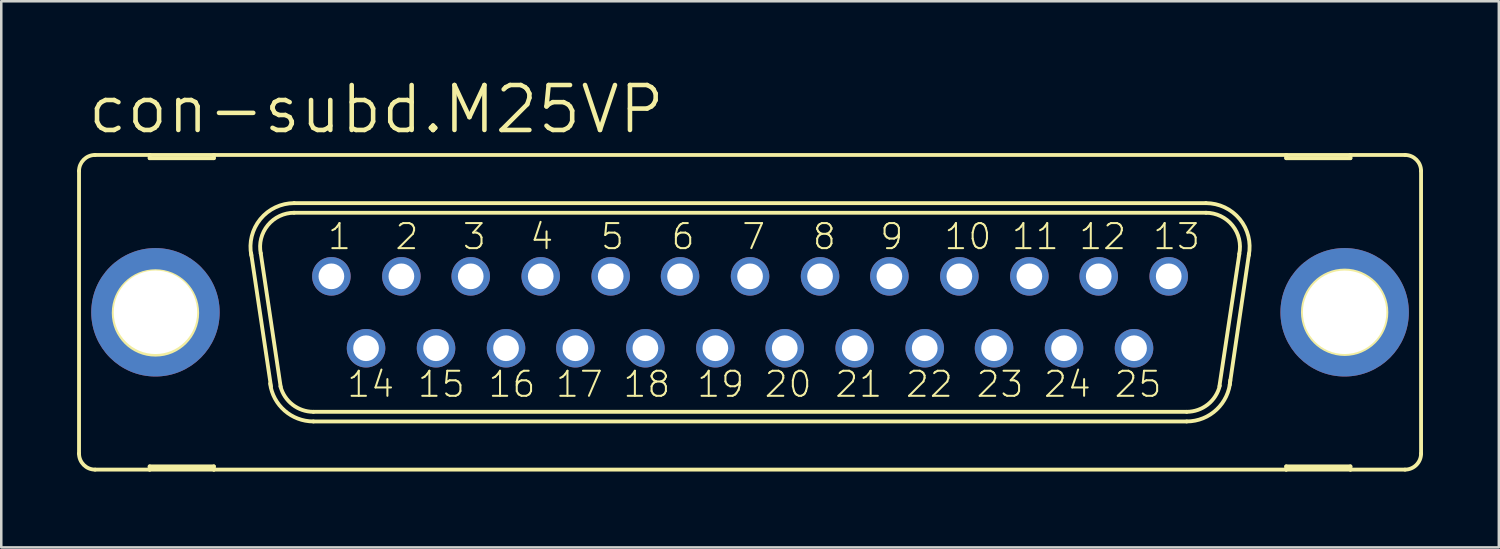
<source format=kicad_pcb>
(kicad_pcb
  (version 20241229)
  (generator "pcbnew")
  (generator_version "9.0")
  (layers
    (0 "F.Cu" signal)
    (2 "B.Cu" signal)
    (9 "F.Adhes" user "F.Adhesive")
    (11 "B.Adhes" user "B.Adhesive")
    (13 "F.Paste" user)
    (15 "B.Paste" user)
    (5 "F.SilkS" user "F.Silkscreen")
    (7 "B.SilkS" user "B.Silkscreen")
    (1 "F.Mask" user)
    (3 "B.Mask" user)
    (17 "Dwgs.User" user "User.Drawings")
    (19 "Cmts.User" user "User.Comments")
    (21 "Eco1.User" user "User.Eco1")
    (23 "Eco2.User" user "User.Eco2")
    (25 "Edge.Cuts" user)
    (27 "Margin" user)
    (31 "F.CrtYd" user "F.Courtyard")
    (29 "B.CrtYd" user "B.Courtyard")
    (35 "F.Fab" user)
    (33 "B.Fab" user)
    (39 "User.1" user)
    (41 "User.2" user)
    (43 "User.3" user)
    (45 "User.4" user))
  (footprint "con-subd.M25VP"
    (layer "F.Cu")
    (at 26.619 9.303)
    (property "Reference" "con-subd.M25VP" (at -26.289 -6.985 0) (layer "F.SilkS") (effects (font (size 1.778 1.778) (thickness 0.18)) (justify left bottom)))
    (attr through_hole)
    (fp_line (start -26.543 -5.588) (end -26.543 5.588) (stroke (width 0.152) (type default)) (layer "F.SilkS"))
    (fp_line (start -25.908 6.223) (end -23.749 6.223) (stroke (width 0.152) (type default)) (layer "F.SilkS"))
    (fp_line (start -23.749 -6.223) (end -25.908 -6.223) (stroke (width 0.152) (type default)) (layer "F.SilkS"))
    (fp_line (start -23.749 -6.223) (end -23.749 -6.096) (stroke (width 0.152) (type default)) (layer "F.SilkS"))
    (fp_line (start -23.749 -6.096) (end -21.209 -6.096) (stroke (width 0.152) (type default)) (layer "F.SilkS"))
    (fp_line (start -23.749 6.096) (end -21.209 6.096) (stroke (width 0.152) (type default)) (layer "F.SilkS"))
    (fp_line (start -23.749 6.223) (end -23.749 6.096) (stroke (width 0.152) (type default)) (layer "F.SilkS"))
    (fp_line (start -23.749 6.223) (end -21.209 6.223) (stroke (width 0.152) (type default)) (layer "F.SilkS"))
    (fp_line (start -21.209 -6.223) (end -23.749 -6.223) (stroke (width 0.152) (type default)) (layer "F.SilkS"))
    (fp_line (start -21.209 -6.096) (end -21.209 -6.223) (stroke (width 0.152) (type default)) (layer "F.SilkS"))
    (fp_line (start -21.209 6.096) (end -21.209 6.223) (stroke (width 0.152) (type default)) (layer "F.SilkS"))
    (fp_line (start -21.209 6.223) (end 21.209 6.223) (stroke (width 0.152) (type default)) (layer "F.SilkS"))
    (fp_line (start -18.948 2.946) (end -19.736 -2.337) (stroke (width 0.152) (type default)) (layer "F.SilkS"))
    (fp_line (start -18.567 2.946) (end -19.355 -2.337) (stroke (width 0.152) (type default)) (layer "F.SilkS"))
    (fp_line (start -18.034 -4.318) (end 18.034 -4.318) (stroke (width 0.152) (type default)) (layer "F.SilkS"))
    (fp_line (start -18.034 -3.937) (end 18.034 -3.937) (stroke (width 0.152) (type default)) (layer "F.SilkS"))
    (fp_line (start -17.272 3.937) (end 17.272 3.937) (stroke (width 0.152) (type default)) (layer "F.SilkS"))
    (fp_line (start -17.272 4.318) (end 17.272 4.318) (stroke (width 0.152) (type default)) (layer "F.SilkS"))
    (fp_line (start 19.355 -2.311) (end 18.567 2.921) (stroke (width 0.152) (type default)) (layer "F.SilkS"))
    (fp_line (start 19.736 -2.311) (end 18.974 2.87) (stroke (width 0.152) (type default)) (layer "F.SilkS"))
    (fp_line (start 21.209 -6.223) (end -21.209 -6.223) (stroke (width 0.152) (type default)) (layer "F.SilkS"))
    (fp_line (start 21.209 -6.223) (end 21.209 -6.096) (stroke (width 0.152) (type default)) (layer "F.SilkS"))
    (fp_line (start 21.209 -6.096) (end 23.749 -6.096) (stroke (width 0.152) (type default)) (layer "F.SilkS"))
    (fp_line (start 21.209 6.096) (end 23.749 6.096) (stroke (width 0.152) (type default)) (layer "F.SilkS"))
    (fp_line (start 21.209 6.223) (end 21.209 6.096) (stroke (width 0.152) (type default)) (layer "F.SilkS"))
    (fp_line (start 21.209 6.223) (end 23.749 6.223) (stroke (width 0.152) (type default)) (layer "F.SilkS"))
    (fp_line (start 23.749 -6.223) (end 21.209 -6.223) (stroke (width 0.152) (type default)) (layer "F.SilkS"))
    (fp_line (start 23.749 -6.096) (end 23.749 -6.223) (stroke (width 0.152) (type default)) (layer "F.SilkS"))
    (fp_line (start 23.749 6.096) (end 23.749 6.223) (stroke (width 0.152) (type default)) (layer "F.SilkS"))
    (fp_line (start 23.749 6.223) (end 25.908 6.223) (stroke (width 0.152) (type default)) (layer "F.SilkS"))
    (fp_line (start 25.908 -6.223) (end 23.749 -6.223) (stroke (width 0.152) (type default)) (layer "F.SilkS"))
    (fp_line (start 26.543 -5.588) (end 26.543 5.588) (stroke (width 0.152) (type default)) (layer "F.SilkS"))
    (fp_arc (start -26.543 -5.588) (mid -26.357013 -6.037013) (end -25.908 -6.223) (stroke (width 0.1524) (type default)) (layer "F.SilkS"))
    (fp_arc (start -25.908 6.223) (mid -26.357013 6.037013) (end -26.543 5.588) (stroke (width 0.1524) (type default)) (layer "F.SilkS"))
    (fp_arc (start -19.7277 -2.2521) (mid -19.369717 -3.685841) (end -18.034 -4.318) (stroke (width 0.1524) (type default)) (layer "F.SilkS"))
    (fp_arc (start -19.3541 -2.3268) (mid -19.075082 -3.444284) (end -18.034 -3.937) (stroke (width 0.1524) (type default)) (layer "F.SilkS"))
    (fp_arc (start -17.272 3.937) (mid -18.0955 3.655746) (end -18.5749 2.9295) (stroke (width 0.1524) (type default)) (layer "F.SilkS"))
    (fp_arc (start -17.272 4.318) (mid -18.409711 3.890312) (end -18.984 2.8191) (stroke (width 0.1524) (type default)) (layer "F.SilkS"))
    (fp_arc (start 18.034 -4.318) (mid 19.369812 -3.685867) (end 19.728 -2.2521) (stroke (width 0.1524) (type default)) (layer "F.SilkS"))
    (fp_arc (start 18.034 -3.937) (mid 19.082556 -3.435184) (end 19.3495 -2.3038) (stroke (width 0.1524) (type default)) (layer "F.SilkS"))
    (fp_arc (start 18.5807 2.905) (mid 18.105256 3.647874) (end 17.272 3.937) (stroke (width 0.1524) (type default)) (layer "F.SilkS"))
    (fp_arc (start 18.9963 2.6849) (mid 18.459366 3.844828) (end 17.272 4.318) (stroke (width 0.1524) (type default)) (layer "F.SilkS"))
    (fp_arc (start 25.908 -6.223) (mid 26.357013 -6.037013) (end 26.543 -5.588) (stroke (width 0.1524) (type default)) (layer "F.SilkS"))
    (fp_arc (start 26.543 5.588) (mid 26.357013 6.037013) (end 25.908 6.223) (stroke (width 0.1524) (type default)) (layer "F.SilkS"))
    (fp_circle (center -23.52 0.025) (end -21.869 0.025) (stroke (width 0.152) (type default)) (fill no) (layer "F.SilkS"))
    (fp_circle (center 23.52 0) (end 25.171 0) (stroke (width 0.152) (type default)) (fill no) (layer "F.SilkS"))
    (fp_circle (center -16.561 -1.422) (end -16.307 -1.422) (stroke (width 0.406) (type default)) (fill no) (layer "F.Fab"))
    (fp_circle (center -15.189 1.422) (end -14.935 1.422) (stroke (width 0.406) (type default)) (fill no) (layer "F.Fab"))
    (fp_circle (center -13.792 -1.422) (end -13.538 -1.422) (stroke (width 0.406) (type default)) (fill no) (layer "F.Fab"))
    (fp_circle (center -12.421 1.422) (end -12.167 1.422) (stroke (width 0.406) (type default)) (fill no) (layer "F.Fab"))
    (fp_circle (center -11.049 -1.422) (end -10.795 -1.422) (stroke (width 0.406) (type default)) (fill no) (layer "F.Fab"))
    (fp_circle (center -9.652 1.422) (end -9.398 1.422) (stroke (width 0.406) (type default)) (fill no) (layer "F.Fab"))
    (fp_circle (center -8.28 -1.422) (end -8.026 -1.422) (stroke (width 0.406) (type default)) (fill no) (layer "F.Fab"))
    (fp_circle (center -6.909 1.422) (end -6.655 1.422) (stroke (width 0.406) (type default)) (fill no) (layer "F.Fab"))
    (fp_circle (center -5.512 -1.422) (end -5.258 -1.422) (stroke (width 0.406) (type default)) (fill no) (layer "F.Fab"))
    (fp_circle (center -4.14 1.422) (end -3.886 1.422) (stroke (width 0.406) (type default)) (fill no) (layer "F.Fab"))
    (fp_circle (center -2.769 -1.422) (end -2.515 -1.422) (stroke (width 0.406) (type default)) (fill no) (layer "F.Fab"))
    (fp_circle (center -1.372 1.422) (end -1.118 1.422) (stroke (width 0.406) (type default)) (fill no) (layer "F.Fab"))
    (fp_circle (center 0 -1.422) (end 0.254 -1.422) (stroke (width 0.406) (type default)) (fill no) (layer "F.Fab"))
    (fp_circle (center 1.372 1.422) (end 1.626 1.422) (stroke (width 0.406) (type default)) (fill no) (layer "F.Fab"))
    (fp_circle (center 2.769 -1.422) (end 3.023 -1.422) (stroke (width 0.406) (type default)) (fill no) (layer "F.Fab"))
    (fp_circle (center 4.14 1.422) (end 4.394 1.422) (stroke (width 0.406) (type default)) (fill no) (layer "F.Fab"))
    (fp_circle (center 5.512 -1.422) (end 5.766 -1.422) (stroke (width 0.406) (type default)) (fill no) (layer "F.Fab"))
    (fp_circle (center 6.909 1.422) (end 7.163 1.422) (stroke (width 0.406) (type default)) (fill no) (layer "F.Fab"))
    (fp_circle (center 8.28 -1.422) (end 8.534 -1.422) (stroke (width 0.406) (type default)) (fill no) (layer "F.Fab"))
    (fp_circle (center 9.652 1.422) (end 9.906 1.422) (stroke (width 0.406) (type default)) (fill no) (layer "F.Fab"))
    (fp_circle (center 11.049 -1.422) (end 11.303 -1.422) (stroke (width 0.406) (type default)) (fill no) (layer "F.Fab"))
    (fp_circle (center 12.421 1.422) (end 12.675 1.422) (stroke (width 0.406) (type default)) (fill no) (layer "F.Fab"))
    (fp_circle (center 13.792 -1.422) (end 14.046 -1.422) (stroke (width 0.406) (type default)) (fill no) (layer "F.Fab"))
    (fp_circle (center 15.189 1.422) (end 15.443 1.422) (stroke (width 0.406) (type default)) (fill no) (layer "F.Fab"))
    (fp_circle (center 16.561 -1.422) (end 16.815 -1.422) (stroke (width 0.406) (type default)) (fill no) (layer "F.Fab"))
    (fp_text user "23" (at 8.89 3.429 0) (layer "F.SilkS") (effects (font (size 0.991 0.991) (thickness 0.08)) (justify left bottom)))
    (fp_text user "19" (at -2.159 3.429 0) (layer "F.SilkS") (effects (font (size 0.991 0.991) (thickness 0.08)) (justify left bottom)))
    (fp_text user "5" (at -5.969 -2.413 0) (layer "F.SilkS") (effects (font (size 0.991 0.991) (thickness 0.08)) (justify left bottom)))
    (fp_text user "3" (at -11.43 -2.413 0) (layer "F.SilkS") (effects (font (size 0.991 0.991) (thickness 0.08)) (justify left bottom)))
    (fp_text user "6" (at -3.175 -2.413 0) (layer "F.SilkS") (effects (font (size 0.991 0.991) (thickness 0.08)) (justify left bottom)))
    (fp_text user "14" (at -16.002 3.429 0) (layer "F.SilkS") (effects (font (size 0.991 0.991) (thickness 0.08)) (justify left bottom)))
    (fp_text user "1" (at -16.764 -2.413 0) (layer "F.SilkS") (effects (font (size 0.991 0.991) (thickness 0.08)) (justify left bottom)))
    (fp_text user "25" (at 14.351 3.429 0) (layer "F.SilkS") (effects (font (size 0.991 0.991) (thickness 0.08)) (justify left bottom)))
    (fp_text user "17" (at -7.747 3.429 0) (layer "F.SilkS") (effects (font (size 0.991 0.991) (thickness 0.08)) (justify left bottom)))
    (fp_text user "4" (at -8.763 -2.413 0) (layer "F.SilkS") (effects (font (size 0.991 0.991) (thickness 0.08)) (justify left bottom)))
    (fp_text user "18" (at -5.08 3.429 0) (layer "F.SilkS") (effects (font (size 0.991 0.991) (thickness 0.08)) (justify left bottom)))
    (fp_text user "8" (at 2.413 -2.413 0) (layer "F.SilkS") (effects (font (size 0.991 0.991) (thickness 0.08)) (justify left bottom)))
    (fp_text user "12" (at 12.954 -2.413 0) (layer "F.SilkS") (effects (font (size 0.991 0.991) (thickness 0.08)) (justify left bottom)))
    (fp_text user "2" (at -14.097 -2.413 0) (layer "F.SilkS") (effects (font (size 0.991 0.991) (thickness 0.08)) (justify left bottom)))
    (fp_text user "10" (at 7.62 -2.413 0) (layer "F.SilkS") (effects (font (size 0.991 0.991) (thickness 0.08)) (justify left bottom)))
    (fp_text user "24" (at 11.557 3.429 0) (layer "F.SilkS") (effects (font (size 0.991 0.991) (thickness 0.08)) (justify left bottom)))
    (fp_text user "9" (at 5.08 -2.413 0) (layer "F.SilkS") (effects (font (size 0.991 0.991) (thickness 0.08)) (justify left bottom)))
    (fp_text user "15" (at -13.208 3.429 0) (layer "F.SilkS") (effects (font (size 0.991 0.991) (thickness 0.08)) (justify left bottom)))
    (fp_text user "16" (at -10.414 3.429 0) (layer "F.SilkS") (effects (font (size 0.991 0.991) (thickness 0.08)) (justify left bottom)))
    (fp_text user "21" (at 3.302 3.429 0) (layer "F.SilkS") (effects (font (size 0.991 0.991) (thickness 0.08)) (justify left bottom)))
    (fp_text user "20" (at 0.508 3.429 0) (layer "F.SilkS") (effects (font (size 0.991 0.991) (thickness 0.08)) (justify left bottom)))
    (fp_text user "13" (at 15.875 -2.413 0) (layer "F.SilkS") (effects (font (size 0.991 0.991) (thickness 0.08)) (justify left bottom)))
    (fp_text user "22" (at 6.096 3.429 0) (layer "F.SilkS") (effects (font (size 0.991 0.991) (thickness 0.08)) (justify left bottom)))
    (fp_text user "11" (at 10.287 -2.413 0) (layer "F.SilkS") (effects (font (size 0.991 0.991) (thickness 0.08)) (justify left bottom)))
    (fp_text user "7" (at -0.381 -2.413 0) (layer "F.SilkS") (effects (font (size 0.991 0.991) (thickness 0.08)) (justify left bottom)))
    (pad "1" thru_hole circle (at -16.561 -1.422) (size 1.524 1.524) (drill 1.016) (layers "*.Cu" "*.Mask"))
    (pad "2" thru_hole circle (at -13.792 -1.422) (size 1.524 1.524) (drill 1.016) (layers "*.Cu" "*.Mask"))
    (pad "3" thru_hole circle (at -11.049 -1.422) (size 1.524 1.524) (drill 1.016) (layers "*.Cu" "*.Mask"))
    (pad "4" thru_hole circle (at -8.28 -1.422) (size 1.524 1.524) (drill 1.016) (layers "*.Cu" "*.Mask"))
    (pad "5" thru_hole circle (at -5.512 -1.422) (size 1.524 1.524) (drill 1.016) (layers "*.Cu" "*.Mask"))
    (pad "6" thru_hole circle (at -2.769 -1.422) (size 1.524 1.524) (drill 1.016) (layers "*.Cu" "*.Mask"))
    (pad "7" thru_hole circle (at 0 -1.422) (size 1.524 1.524) (drill 1.016) (layers "*.Cu" "*.Mask"))
    (pad "8" thru_hole circle (at 2.769 -1.422) (size 1.524 1.524) (drill 1.016) (layers "*.Cu" "*.Mask"))
    (pad "9" thru_hole circle (at 5.512 -1.422) (size 1.524 1.524) (drill 1.016) (layers "*.Cu" "*.Mask"))
    (pad "10" thru_hole circle (at 8.28 -1.422) (size 1.524 1.524) (drill 1.016) (layers "*.Cu" "*.Mask"))
    (pad "11" thru_hole circle (at 11.049 -1.422) (size 1.524 1.524) (drill 1.016) (layers "*.Cu" "*.Mask"))
    (pad "12" thru_hole circle (at 13.792 -1.422) (size 1.524 1.524) (drill 1.016) (layers "*.Cu" "*.Mask"))
    (pad "13" thru_hole circle (at 16.561 -1.422) (size 1.524 1.524) (drill 1.016) (layers "*.Cu" "*.Mask"))
    (pad "14" thru_hole circle (at -15.189 1.422) (size 1.524 1.524) (drill 1.016) (layers "*.Cu" "*.Mask"))
    (pad "15" thru_hole circle (at -12.421 1.422) (size 1.524 1.524) (drill 1.016) (layers "*.Cu" "*.Mask"))
    (pad "16" thru_hole circle (at -9.652 1.422) (size 1.524 1.524) (drill 1.016) (layers "*.Cu" "*.Mask"))
    (pad "17" thru_hole circle (at -6.909 1.422) (size 1.524 1.524) (drill 1.016) (layers "*.Cu" "*.Mask"))
    (pad "18" thru_hole circle (at -4.14 1.422) (size 1.524 1.524) (drill 1.016) (layers "*.Cu" "*.Mask"))
    (pad "19" thru_hole circle (at -1.372 1.422) (size 1.524 1.524) (drill 1.016) (layers "*.Cu" "*.Mask"))
    (pad "20" thru_hole circle (at 1.372 1.422) (size 1.524 1.524) (drill 1.016) (layers "*.Cu" "*.Mask"))
    (pad "21" thru_hole circle (at 4.14 1.422) (size 1.524 1.524) (drill 1.016) (layers "*.Cu" "*.Mask"))
    (pad "22" thru_hole circle (at 6.909 1.422) (size 1.524 1.524) (drill 1.016) (layers "*.Cu" "*.Mask"))
    (pad "23" thru_hole circle (at 9.652 1.422) (size 1.524 1.524) (drill 1.016) (layers "*.Cu" "*.Mask"))
    (pad "24" thru_hole circle (at 12.421 1.422) (size 1.524 1.524) (drill 1.016) (layers "*.Cu" "*.Mask"))
    (pad "25" thru_hole circle (at 15.189 1.422) (size 1.524 1.524) (drill 1.016) (layers "*.Cu" "*.Mask"))
    (pad "G1" thru_hole circle (at -23.52 0) (size 5.08 5.08) (drill 3.302) (layers "*.Cu" "*.Mask"))
    (pad "G2" thru_hole circle (at 23.52 0) (size 5.08 5.08) (drill 3.302) (layers "*.Cu" "*.Mask")))
  (gr_rect
    (start -3 -3)
    (end 56.238 18.602)
    (stroke (width 0.1) (type default))
    (fill no)
    (layer "Edge.Cuts")))
</source>
